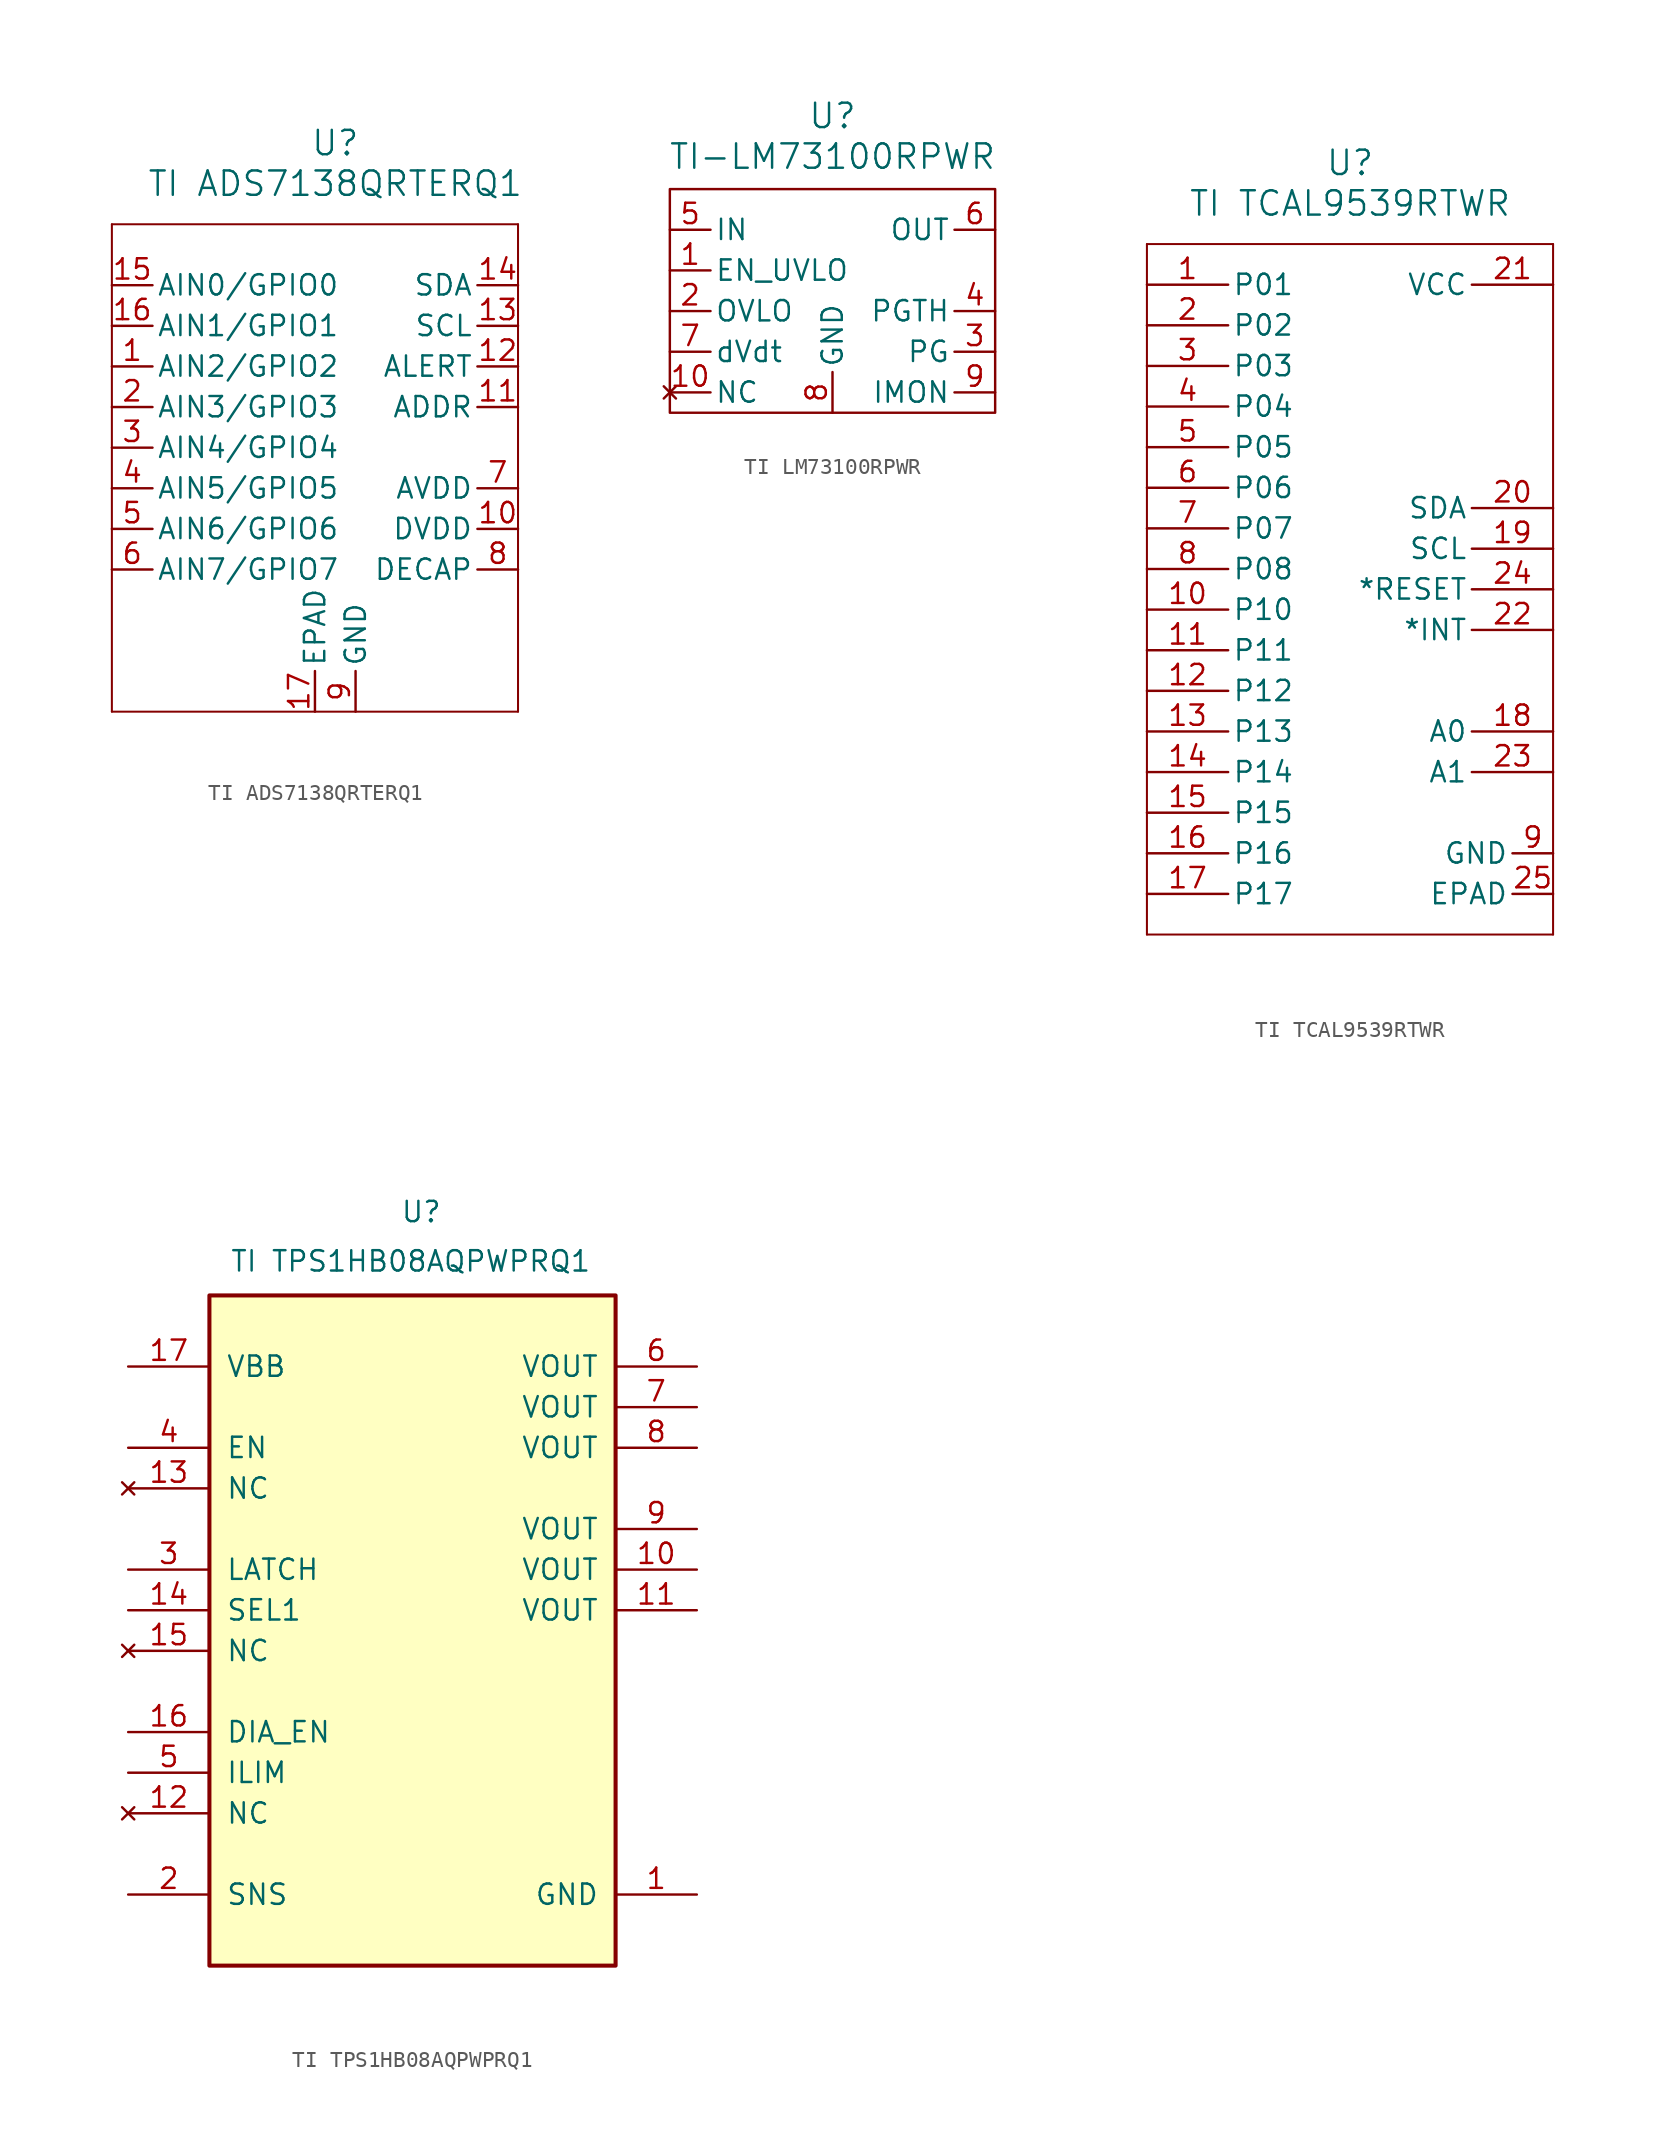
<source format=kicad_sym>
(kicad_symbol_lib
  (version 20231120)
  (generator "kicad_symbol_editor")
  (generator_version "8.0")
  (symbol "TI ADS7138QRTERQ1"
    (pin_names
      (offset 0.254))
    (property "Reference" "U"
      (at 0 20.32 0)
      (effects (font (size 1.524 1.524))))
    (property "Value" "TI ADS7138QRTERQ1"
      (at 0 17.78 0)
      (effects (font (size 1.524 1.524))))
    (symbol "TI ADS7138QRTERQ1_0_1"
      (polyline (pts (xy -13.97 -15.24) (xy 11.43 -15.24)) (stroke (width 0.127) (type default)) (fill (type none)))
      (polyline (pts (xy -13.97 15.24) (xy -13.97 -15.24)) (stroke (width 0.127) (type default)) (fill (type none)))
      (polyline (pts (xy 11.43 -15.24) (xy 11.43 15.24)) (stroke (width 0.127) (type default)) (fill (type none)))
      (polyline (pts (xy 11.43 15.24) (xy -13.97 15.24)) (stroke (width 0.127) (type default)) (fill (type none)))
      (pin bidirectional line (at -13.97 6.35 0) (length 2.54) (name "AIN2/GPIO2" (effects (font (size 1.27 1.27)))) (number "1" (effects (font (size 1.27 1.27)))))
      (pin power_in line (at 11.43 -3.81 180) (length 2.54) (name "DVDD" (effects (font (size 1.27 1.27)))) (number "10" (effects (font (size 1.27 1.27)))))
      (pin input line (at 11.43 3.81 180) (length 2.54) (name "ADDR" (effects (font (size 1.27 1.27)))) (number "11" (effects (font (size 1.27 1.27)))))
      (pin output line (at 11.43 6.35 180) (length 2.54) (name "ALERT" (effects (font (size 1.27 1.27)))) (number "12" (effects (font (size 1.27 1.27)))))
      (pin input line (at 11.43 8.89 180) (length 2.54) (name "SCL" (effects (font (size 1.27 1.27)))) (number "13" (effects (font (size 1.27 1.27)))))
      (pin bidirectional line (at 11.43 11.43 180) (length 2.54) (name "SDA" (effects (font (size 1.27 1.27)))) (number "14" (effects (font (size 1.27 1.27)))))
      (pin bidirectional line (at -13.97 11.43 0) (length 2.54) (name "AIN0/GPIO0" (effects (font (size 1.27 1.27)))) (number "15" (effects (font (size 1.27 1.27)))))
      (pin bidirectional line (at -13.97 8.89 0) (length 2.54) (name "AIN1/GPIO1" (effects (font (size 1.27 1.27)))) (number "16" (effects (font (size 1.27 1.27)))))
      (pin power_in line (at -1.27 -15.24 90) (length 2.54) (name "EPAD" (effects (font (size 1.27 1.27)))) (number "17" (effects (font (size 1.27 1.27)))))
      (pin bidirectional line (at -13.97 3.81 0) (length 2.54) (name "AIN3/GPIO3" (effects (font (size 1.27 1.27)))) (number "2" (effects (font (size 1.27 1.27)))))
      (pin bidirectional line (at -13.97 1.27 0) (length 2.54) (name "AIN4/GPIO4" (effects (font (size 1.27 1.27)))) (number "3" (effects (font (size 1.27 1.27)))))
      (pin bidirectional line (at -13.97 -1.27 0) (length 2.54) (name "AIN5/GPIO5" (effects (font (size 1.27 1.27)))) (number "4" (effects (font (size 1.27 1.27)))))
      (pin bidirectional line (at -13.97 -3.81 0) (length 2.54) (name "AIN6/GPIO6" (effects (font (size 1.27 1.27)))) (number "5" (effects (font (size 1.27 1.27)))))
      (pin bidirectional line (at -13.97 -6.35 0) (length 2.54) (name "AIN7/GPIO7" (effects (font (size 1.27 1.27)))) (number "6" (effects (font (size 1.27 1.27)))))
      (pin power_in line (at 11.43 -1.27 180) (length 2.54) (name "AVDD" (effects (font (size 1.27 1.27)))) (number "7" (effects (font (size 1.27 1.27)))))
      (pin input line (at 11.43 -6.35 180) (length 2.54) (name "DECAP" (effects (font (size 1.27 1.27)))) (number "8" (effects (font (size 1.27 1.27)))))
      (pin power_in line (at 1.27 -15.24 90) (length 2.54) (name "GND" (effects (font (size 1.27 1.27)))) (number "9" (effects (font (size 1.27 1.27)))))))
  (symbol "TI LM73100RPWR"
    (pin_names
      (offset 0.254))
    (property "Reference" "U"
      (at 0 12.192 0)
      (effects (font (size 1.524 1.524))))
    (property "Value" "TI-LM73100RPWR"
      (at 0 9.652 0)
      (effects (font (size 1.524 1.524))))
    (symbol "TI LM73100RPWR_0_1"
      (pin input line (at -10.16 2.54 0) (length 2.54) (name "EN_UVLO" (effects (font (size 1.27 1.27)))) (number "1" (effects (font (size 1.27 1.27)))))
      (pin no_connect line (at -10.16 -5.08 0) (length 2.54) (name "NC" (effects (font (size 1.27 1.27)))) (number "10" (effects (font (size 1.27 1.27)))))
      (pin input line (at -10.16 0 0) (length 2.54) (name "OVLO" (effects (font (size 1.27 1.27)))) (number "2" (effects (font (size 1.27 1.27)))))
      (pin output line (at 10.16 -2.54 180) (length 2.54) (name "PG" (effects (font (size 1.27 1.27)))) (number "3" (effects (font (size 1.27 1.27)))))
      (pin input line (at 10.16 0 180) (length 2.54) (name "PGTH" (effects (font (size 1.27 1.27)))) (number "4" (effects (font (size 1.27 1.27)))))
      (pin power_in line (at -10.16 5.08 0) (length 2.54) (name "IN" (effects (font (size 1.27 1.27)))) (number "5" (effects (font (size 1.27 1.27)))))
      (pin passive line (at 10.16 5.08 180) (length 2.54) (name "OUT" (effects (font (size 1.27 1.27)))) (number "6" (effects (font (size 1.27 1.27)))))
      (pin output line (at -10.16 -2.54 0) (length 2.54) (name "dVdt" (effects (font (size 1.27 1.27)))) (number "7" (effects (font (size 1.27 1.27)))))
      (pin power_in line (at 0 -6.35 90) (length 2.54) (name "GND" (effects (font (size 1.27 1.27)))) (number "8" (effects (font (size 1.27 1.27)))))
      (pin output line (at 10.16 -5.08 180) (length 2.54) (name "IMON" (effects (font (size 1.27 1.27)))) (number "9" (effects (font (size 1.27 1.27))))))
    (symbol "TI LM73100RPWR_1_1"
      (rectangle (start -10.16 7.62) (end 10.16 -6.35) (stroke (width 0) (type default)) (fill (type none)))))
  (symbol "TI TCAL9539RTWR"
    (pin_names
      (offset 0.254))
    (property "Reference" "U"
      (at 0 25.4 0)
      (effects (font (size 1.524 1.524))))
    (property "Value" "TI TCAL9539RTWR"
      (at 0 22.86 0)
      (effects (font (size 1.524 1.524))))
    (symbol "TI TCAL9539RTWR_0_1"
      (polyline (pts (xy -12.7 -22.86) (xy 12.7 -22.86)) (stroke (width 0.127) (type default)) (fill (type none)))
      (polyline (pts (xy -12.7 20.32) (xy -12.7 -22.86)) (stroke (width 0.127) (type default)) (fill (type none)))
      (polyline (pts (xy 12.7 -22.86) (xy 12.7 20.32)) (stroke (width 0.127) (type default)) (fill (type none)))
      (polyline (pts (xy 12.7 20.32) (xy -12.7 20.32)) (stroke (width 0.127) (type default)) (fill (type none)))
      (pin bidirectional line (at -12.7 -2.54 0) (length 5.08) (name "P10" (effects (font (size 1.27 1.27)))) (number "10" (effects (font (size 1.27 1.27)))))
      (pin bidirectional line (at -12.7 -5.08 0) (length 5.08) (name "P11" (effects (font (size 1.27 1.27)))) (number "11" (effects (font (size 1.27 1.27)))))
      (pin bidirectional line (at -12.7 -7.62 0) (length 5.08) (name "P12" (effects (font (size 1.27 1.27)))) (number "12" (effects (font (size 1.27 1.27)))))
      (pin bidirectional line (at -12.7 -10.16 0) (length 5.08) (name "P13" (effects (font (size 1.27 1.27)))) (number "13" (effects (font (size 1.27 1.27)))))
      (pin bidirectional line (at -12.7 -12.7 0) (length 5.08) (name "P14" (effects (font (size 1.27 1.27)))) (number "14" (effects (font (size 1.27 1.27)))))
      (pin bidirectional line (at -12.7 -15.24 0) (length 5.08) (name "P15" (effects (font (size 1.27 1.27)))) (number "15" (effects (font (size 1.27 1.27)))))
      (pin bidirectional line (at -12.7 -17.78 0) (length 5.08) (name "P16" (effects (font (size 1.27 1.27)))) (number "16" (effects (font (size 1.27 1.27)))))
      (pin bidirectional line (at -12.7 -20.32 0) (length 5.08) (name "P17" (effects (font (size 1.27 1.27)))) (number "17" (effects (font (size 1.27 1.27)))))
      (pin input line (at 12.7 -10.16 180) (length 5.08) (name "A0" (effects (font (size 1.27 1.27)))) (number "18" (effects (font (size 1.27 1.27)))))
      (pin input line (at 12.7 1.27 180) (length 5.08) (name "SCL" (effects (font (size 1.27 1.27)))) (number "19" (effects (font (size 1.27 1.27)))))
      (pin bidirectional line (at 12.7 3.81 180) (length 5.08) (name "SDA" (effects (font (size 1.27 1.27)))) (number "20" (effects (font (size 1.27 1.27)))))
      (pin power_in line (at 12.7 17.78 180) (length 5.08) (name "VCC" (effects (font (size 1.27 1.27)))) (number "21" (effects (font (size 1.27 1.27)))))
      (pin output line (at 12.7 -3.81 180) (length 5.08) (name "*INT" (effects (font (size 1.27 1.27)))) (number "22" (effects (font (size 1.27 1.27)))))
      (pin input line (at 12.7 -12.7 180) (length 5.08) (name "A1" (effects (font (size 1.27 1.27)))) (number "23" (effects (font (size 1.27 1.27)))))
      (pin input line (at 12.7 -1.27 180) (length 5.08) (name "*RESET" (effects (font (size 1.27 1.27)))) (number "24" (effects (font (size 1.27 1.27)))))
      (pin power_in line (at 12.7 -20.32 180) (length 2.54) (name "EPAD" (effects (font (size 1.27 1.27)))) (number "25" (effects (font (size 1.27 1.27)))))
      (pin power_in line (at 12.7 -17.78 180) (length 2.54) (name "GND" (effects (font (size 1.27 1.27)))) (number "9" (effects (font (size 1.27 1.27))))))
    (symbol "TI TCAL9539RTWR_1_1"
      (pin bidirectional line (at -12.7 17.78 0) (length 5.08) (name "P01" (effects (font (size 1.27 1.27)))) (number "1" (effects (font (size 1.27 1.27)))))
      (pin bidirectional line (at -12.7 15.24 0) (length 5.08) (name "P02" (effects (font (size 1.27 1.27)))) (number "2" (effects (font (size 1.27 1.27)))))
      (pin bidirectional line (at -12.7 12.7 0) (length 5.08) (name "P03" (effects (font (size 1.27 1.27)))) (number "3" (effects (font (size 1.27 1.27)))))
      (pin bidirectional line (at -12.7 10.16 0) (length 5.08) (name "P04" (effects (font (size 1.27 1.27)))) (number "4" (effects (font (size 1.27 1.27)))))
      (pin bidirectional line (at -12.7 7.62 0) (length 5.08) (name "P05" (effects (font (size 1.27 1.27)))) (number "5" (effects (font (size 1.27 1.27)))))
      (pin bidirectional line (at -12.7 5.08 0) (length 5.08) (name "P06" (effects (font (size 1.27 1.27)))) (number "6" (effects (font (size 1.27 1.27)))))
      (pin bidirectional line (at -12.7 2.54 0) (length 5.08) (name "P07" (effects (font (size 1.27 1.27)))) (number "7" (effects (font (size 1.27 1.27)))))
      (pin bidirectional line (at -12.7 0 0) (length 5.08) (name "P08" (effects (font (size 1.27 1.27)))) (number "8" (effects (font (size 1.27 1.27)))))))
  (symbol "TI TPS1HB08AQPWPRQ1"
    (pin_names
      (offset 1.016))
    (property "Reference" "U"
      (at -0.762 26.924 0)
      (effects (font (size 1.27 1.27)) (justify left top)))
    (property "Value" "TI TPS1HB08AQPWPRQ1"
      (at -11.43 22.352 0)
      (effects (font (size 1.27 1.27)) (justify left bottom)))
    (symbol "TI TPS1HB08AQPWPRQ1_0_0"
      (rectangle (start -12.7 20.955) (end 12.7 -20.955) (stroke (width 0.254) (type default)) (fill (type background))))
    (symbol "TI TPS1HB08AQPWPRQ1_0_1"
      (pin power_in line (at 17.78 -16.51 180) (length 5.08) (name "GND" (effects (font (size 1.27 1.27)))) (number "1" (effects (font (size 1.27 1.27)))))
      (pin unspecified line (at 17.78 3.81 180) (length 5.08) (name "VOUT" (effects (font (size 1.27 1.27)))) (number "10" (effects (font (size 1.27 1.27)))))
      (pin unspecified line (at 17.78 1.27 180) (length 5.08) (name "VOUT" (effects (font (size 1.27 1.27)))) (number "11" (effects (font (size 1.27 1.27)))))
      (pin no_connect line (at -17.78 -11.43 0) (length 5.08) (name "NC" (effects (font (size 1.27 1.27)))) (number "12" (effects (font (size 1.27 1.27)))))
      (pin no_connect line (at -17.78 8.89 0) (length 5.08) (name "NC" (effects (font (size 1.27 1.27)))) (number "13" (effects (font (size 1.27 1.27)))))
      (pin input line (at -17.78 1.27 0) (length 5.08) (name "SEL1" (effects (font (size 1.27 1.27)))) (number "14" (effects (font (size 1.27 1.27)))))
      (pin no_connect line (at -17.78 -1.27 0) (length 5.08) (name "NC" (effects (font (size 1.27 1.27)))) (number "15" (effects (font (size 1.27 1.27)))))
      (pin input line (at -17.78 -6.35 0) (length 5.08) (name "DIA_EN" (effects (font (size 1.27 1.27)))) (number "16" (effects (font (size 1.27 1.27)))))
      (pin power_in line (at -17.78 16.51 0) (length 5.08) (name "VBB" (effects (font (size 1.27 1.27)))) (number "17" (effects (font (size 1.27 1.27)))))
      (pin unspecified line (at -17.78 -16.51 0) (length 5.08) (name "SNS" (effects (font (size 1.27 1.27)))) (number "2" (effects (font (size 1.27 1.27)))))
      (pin unspecified line (at -17.78 3.81 0) (length 5.08) (name "LATCH" (effects (font (size 1.27 1.27)))) (number "3" (effects (font (size 1.27 1.27)))))
      (pin input line (at -17.78 11.43 0) (length 5.08) (name "EN" (effects (font (size 1.27 1.27)))) (number "4" (effects (font (size 1.27 1.27)))))
      (pin unspecified line (at -17.78 -8.89 0) (length 5.08) (name "ILIM" (effects (font (size 1.27 1.27)))) (number "5" (effects (font (size 1.27 1.27)))))
      (pin unspecified line (at 17.78 16.51 180) (length 5.08) (name "VOUT" (effects (font (size 1.27 1.27)))) (number "6" (effects (font (size 1.27 1.27)))))
      (pin unspecified line (at 17.78 13.97 180) (length 5.08) (name "VOUT" (effects (font (size 1.27 1.27)))) (number "7" (effects (font (size 1.27 1.27)))))
      (pin unspecified line (at 17.78 11.43 180) (length 5.08) (name "VOUT" (effects (font (size 1.27 1.27)))) (number "8" (effects (font (size 1.27 1.27)))))
      (pin unspecified line (at 17.78 6.35 180) (length 5.08) (name "VOUT" (effects (font (size 1.27 1.27)))) (number "9" (effects (font (size 1.27 1.27))))))))
</source>
